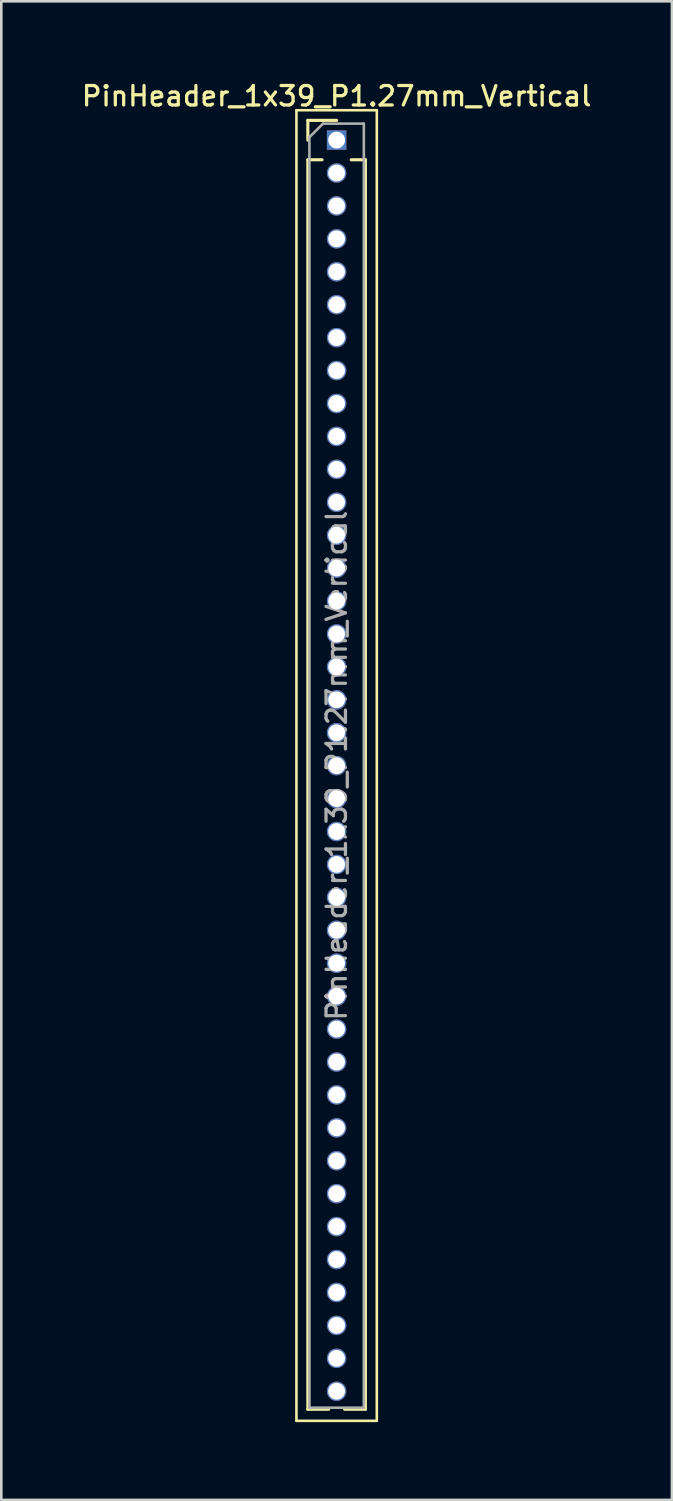
<source format=kicad_pcb>
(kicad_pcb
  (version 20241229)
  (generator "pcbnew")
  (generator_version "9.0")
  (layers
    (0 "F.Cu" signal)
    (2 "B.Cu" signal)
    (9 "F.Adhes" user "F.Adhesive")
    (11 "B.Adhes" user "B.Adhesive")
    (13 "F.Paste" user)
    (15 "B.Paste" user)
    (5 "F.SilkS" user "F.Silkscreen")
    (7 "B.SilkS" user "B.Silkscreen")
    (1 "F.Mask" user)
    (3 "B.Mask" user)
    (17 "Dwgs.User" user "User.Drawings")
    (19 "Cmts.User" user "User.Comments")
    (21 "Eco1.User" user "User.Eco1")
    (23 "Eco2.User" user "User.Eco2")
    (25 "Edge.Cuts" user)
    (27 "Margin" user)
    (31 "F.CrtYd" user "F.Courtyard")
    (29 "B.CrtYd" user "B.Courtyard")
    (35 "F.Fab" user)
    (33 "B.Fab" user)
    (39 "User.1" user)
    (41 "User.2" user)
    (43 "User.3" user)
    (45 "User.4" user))
  (footprint "PinHeader_1x39_P1.27mm_Vertical"
    (layer "F.Cu")
    (at 9.934 2.353)
    (property "Reference" "PinHeader_1x39_P1.27mm_Vertical" (at 0 -1.695 0) (layer "F.SilkS") (effects (font (size 0.75 0.75) (thickness 0.125))))
    (attr through_hole)
    (fp_line (start -1.55 -1.15) (end -1.55 49.4) (stroke (width 0.1) (type solid)) (layer "F.SilkS"))
    (fp_line (start -1.55 49.4) (end 1.55 49.4) (stroke (width 0.1) (type solid)) (layer "F.SilkS"))
    (fp_line (start -1.11 -0.76) (end 0 -0.76) (stroke (width 0.12) (type solid)) (layer "F.SilkS"))
    (fp_line (start -1.11 0) (end -1.11 -0.76) (stroke (width 0.12) (type solid)) (layer "F.SilkS"))
    (fp_line (start -1.11 0.76) (end -1.11 48.955) (stroke (width 0.12) (type solid)) (layer "F.SilkS"))
    (fp_line (start -1.11 0.76) (end -0.563 0.76) (stroke (width 0.12) (type solid)) (layer "F.SilkS"))
    (fp_line (start -1.11 48.955) (end -0.308 48.955) (stroke (width 0.12) (type solid)) (layer "F.SilkS"))
    (fp_line (start 0.308 48.955) (end 1.11 48.955) (stroke (width 0.12) (type solid)) (layer "F.SilkS"))
    (fp_line (start 0.563 0.76) (end 1.11 0.76) (stroke (width 0.12) (type solid)) (layer "F.SilkS"))
    (fp_line (start 1.11 0.76) (end 1.11 48.955) (stroke (width 0.12) (type solid)) (layer "F.SilkS"))
    (fp_line (start 1.55 -1.15) (end -1.55 -1.15) (stroke (width 0.1) (type solid)) (layer "F.SilkS"))
    (fp_line (start 1.55 49.4) (end 1.55 -1.15) (stroke (width 0.1) (type solid)) (layer "F.SilkS"))
    (fp_line (start -1.05 -0.11) (end -0.525 -0.635) (stroke (width 0.1) (type solid)) (layer "F.Fab"))
    (fp_line (start -1.05 48.895) (end -1.05 -0.11) (stroke (width 0.1) (type solid)) (layer "F.Fab"))
    (fp_line (start -0.525 -0.635) (end 1.05 -0.635) (stroke (width 0.1) (type solid)) (layer "F.Fab"))
    (fp_line (start 1.05 -0.635) (end 1.05 48.895) (stroke (width 0.1) (type solid)) (layer "F.Fab"))
    (fp_line (start 1.05 48.895) (end -1.05 48.895) (stroke (width 0.1) (type solid)) (layer "F.Fab"))
    (fp_text user "${REFERENCE}" (at 0 24.13 90) (layer "F.Fab") (effects (font (size 0.75 0.75) (thickness 0.125))))
    (pad "1" thru_hole rect (at 0 0) (size 0.75 0.75) (drill 0.65) (layers "*.Cu" "*.Mask"))
    (pad "2" thru_hole oval (at 0 1.27) (size 0.75 0.75) (drill 0.65) (layers "*.Cu" "*.Mask"))
    (pad "3" thru_hole oval (at 0 2.54) (size 0.75 0.75) (drill 0.65) (layers "*.Cu" "*.Mask"))
    (pad "4" thru_hole oval (at 0 3.81) (size 0.75 0.75) (drill 0.65) (layers "*.Cu" "*.Mask"))
    (pad "5" thru_hole oval (at 0 5.08) (size 0.75 0.75) (drill 0.65) (layers "*.Cu" "*.Mask"))
    (pad "6" thru_hole oval (at 0 6.35) (size 0.75 0.75) (drill 0.65) (layers "*.Cu" "*.Mask"))
    (pad "7" thru_hole oval (at 0 7.62) (size 0.75 0.75) (drill 0.65) (layers "*.Cu" "*.Mask"))
    (pad "8" thru_hole oval (at 0 8.89) (size 0.75 0.75) (drill 0.65) (layers "*.Cu" "*.Mask"))
    (pad "9" thru_hole oval (at 0 10.16) (size 0.75 0.75) (drill 0.65) (layers "*.Cu" "*.Mask"))
    (pad "10" thru_hole oval (at 0 11.43) (size 0.75 0.75) (drill 0.65) (layers "*.Cu" "*.Mask"))
    (pad "11" thru_hole oval (at 0 12.7) (size 0.75 0.75) (drill 0.65) (layers "*.Cu" "*.Mask"))
    (pad "12" thru_hole oval (at 0 13.97) (size 0.75 0.75) (drill 0.65) (layers "*.Cu" "*.Mask"))
    (pad "13" thru_hole oval (at 0 15.24) (size 0.75 0.75) (drill 0.65) (layers "*.Cu" "*.Mask"))
    (pad "14" thru_hole oval (at 0 16.51) (size 0.75 0.75) (drill 0.65) (layers "*.Cu" "*.Mask"))
    (pad "15" thru_hole oval (at 0 17.78) (size 0.75 0.75) (drill 0.65) (layers "*.Cu" "*.Mask"))
    (pad "16" thru_hole oval (at 0 19.05) (size 0.75 0.75) (drill 0.65) (layers "*.Cu" "*.Mask"))
    (pad "17" thru_hole oval (at 0 20.32) (size 0.75 0.75) (drill 0.65) (layers "*.Cu" "*.Mask"))
    (pad "18" thru_hole oval (at 0 21.59) (size 0.75 0.75) (drill 0.65) (layers "*.Cu" "*.Mask"))
    (pad "19" thru_hole oval (at 0 22.86) (size 0.75 0.75) (drill 0.65) (layers "*.Cu" "*.Mask"))
    (pad "20" thru_hole oval (at 0 24.13) (size 0.75 0.75) (drill 0.65) (layers "*.Cu" "*.Mask"))
    (pad "21" thru_hole oval (at 0 25.4) (size 0.75 0.75) (drill 0.65) (layers "*.Cu" "*.Mask"))
    (pad "22" thru_hole oval (at 0 26.67) (size 0.75 0.75) (drill 0.65) (layers "*.Cu" "*.Mask"))
    (pad "23" thru_hole oval (at 0 27.94) (size 0.75 0.75) (drill 0.65) (layers "*.Cu" "*.Mask"))
    (pad "24" thru_hole oval (at 0 29.21) (size 0.75 0.75) (drill 0.65) (layers "*.Cu" "*.Mask"))
    (pad "25" thru_hole oval (at 0 30.48) (size 0.75 0.75) (drill 0.65) (layers "*.Cu" "*.Mask"))
    (pad "26" thru_hole oval (at 0 31.75) (size 0.75 0.75) (drill 0.65) (layers "*.Cu" "*.Mask"))
    (pad "27" thru_hole oval (at 0 33.02) (size 0.75 0.75) (drill 0.65) (layers "*.Cu" "*.Mask"))
    (pad "28" thru_hole oval (at 0 34.29) (size 0.75 0.75) (drill 0.65) (layers "*.Cu" "*.Mask"))
    (pad "29" thru_hole oval (at 0 35.56) (size 0.75 0.75) (drill 0.65) (layers "*.Cu" "*.Mask"))
    (pad "30" thru_hole oval (at 0 36.83) (size 0.75 0.75) (drill 0.65) (layers "*.Cu" "*.Mask"))
    (pad "31" thru_hole oval (at 0 38.1) (size 0.75 0.75) (drill 0.65) (layers "*.Cu" "*.Mask"))
    (pad "32" thru_hole oval (at 0 39.37) (size 0.75 0.75) (drill 0.65) (layers "*.Cu" "*.Mask"))
    (pad "33" thru_hole oval (at 0 40.64) (size 0.75 0.75) (drill 0.65) (layers "*.Cu" "*.Mask"))
    (pad "34" thru_hole oval (at 0 41.91) (size 0.75 0.75) (drill 0.65) (layers "*.Cu" "*.Mask"))
    (pad "35" thru_hole oval (at 0 43.18) (size 0.75 0.75) (drill 0.65) (layers "*.Cu" "*.Mask"))
    (pad "36" thru_hole oval (at 0 44.45) (size 0.75 0.75) (drill 0.65) (layers "*.Cu" "*.Mask"))
    (pad "37" thru_hole oval (at 0 45.72) (size 0.75 0.75) (drill 0.65) (layers "*.Cu" "*.Mask"))
    (pad "38" thru_hole oval (at 0 46.99) (size 0.75 0.75) (drill 0.65) (layers "*.Cu" "*.Mask"))
    (pad "39" thru_hole oval (at 0 48.26) (size 0.75 0.75) (drill 0.65) (layers "*.Cu" "*.Mask")))
  (gr_rect
    (start -3 -3)
    (end 22.868 54.803)
    (stroke (width 0.1) (type default))
    (fill no)
    (layer "Edge.Cuts")))
</source>
